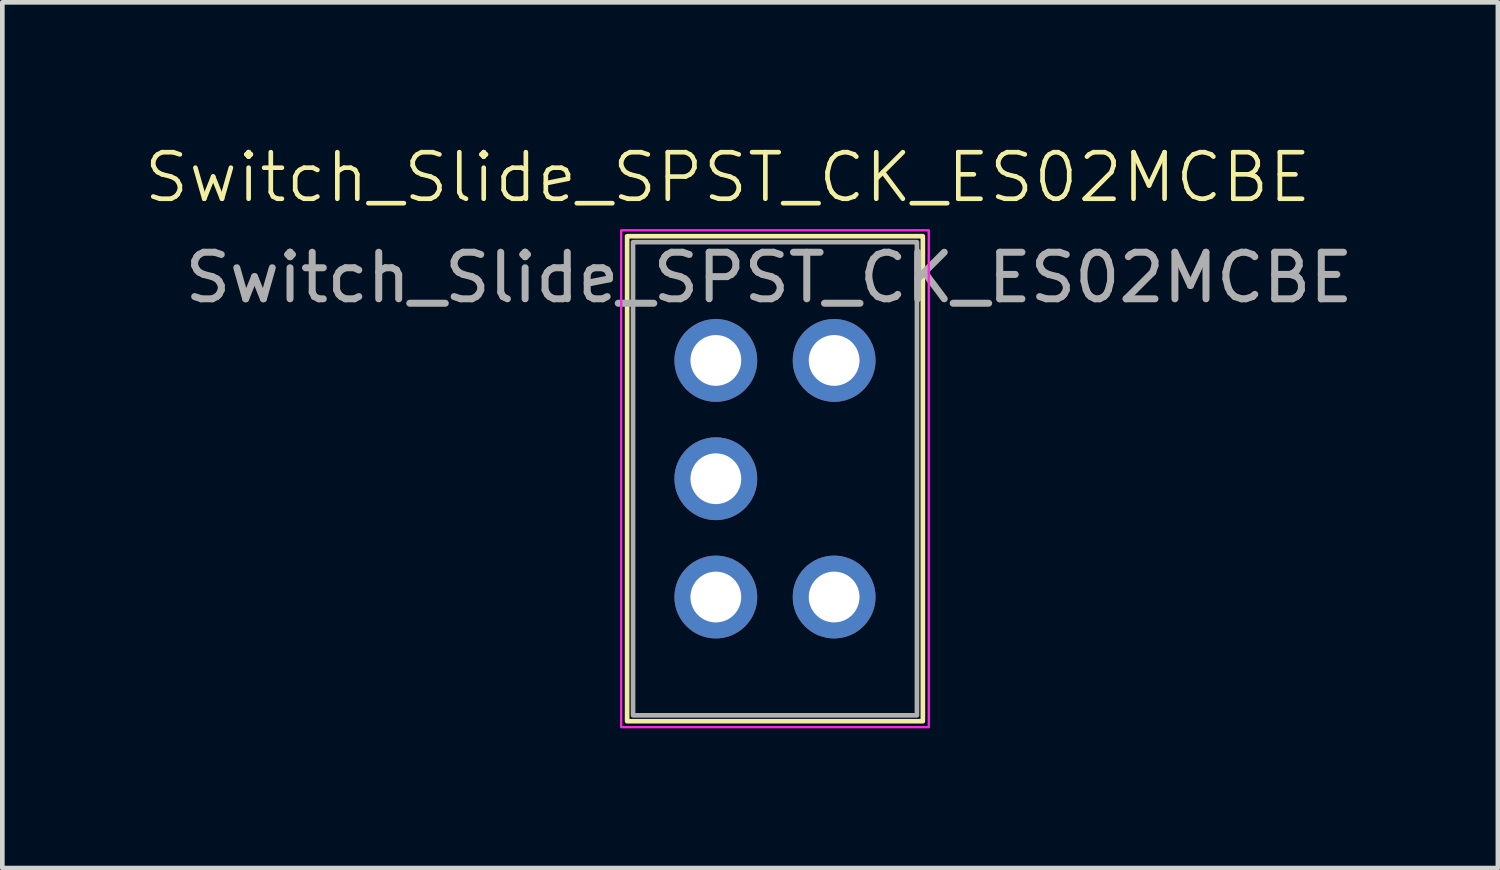
<source format=kicad_pcb>
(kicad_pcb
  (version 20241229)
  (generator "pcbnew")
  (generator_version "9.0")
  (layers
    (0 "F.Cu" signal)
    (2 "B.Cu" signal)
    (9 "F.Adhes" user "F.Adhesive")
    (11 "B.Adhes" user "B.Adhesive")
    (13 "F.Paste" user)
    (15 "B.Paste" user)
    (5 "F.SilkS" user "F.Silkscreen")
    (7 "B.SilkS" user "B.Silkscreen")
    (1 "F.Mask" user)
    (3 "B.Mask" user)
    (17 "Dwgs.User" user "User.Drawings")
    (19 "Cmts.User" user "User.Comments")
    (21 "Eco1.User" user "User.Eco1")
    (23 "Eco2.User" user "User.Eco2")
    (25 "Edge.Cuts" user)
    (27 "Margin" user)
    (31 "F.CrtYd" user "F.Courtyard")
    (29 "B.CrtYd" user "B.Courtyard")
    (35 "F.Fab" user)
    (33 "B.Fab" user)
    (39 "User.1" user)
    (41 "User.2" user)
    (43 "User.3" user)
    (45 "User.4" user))
  (footprint "Switch_Slide_SPST_CK_ES02MCBE"
    (layer "F.Cu")
    (at 12.32 4.689)
    (property "Reference" "Switch_Slide_SPST_CK_ES02MCBE" (at 0.254 -3.929 0) (unlocked yes) (layer "F.SilkS") (effects (font (size 1 1) (thickness 0.1))))
    (attr through_hole)
    (fp_rect (start -1.905 -2.667) (end 4.445 7.747) (stroke (width 0.1) (type default)) (fill no) (layer "F.SilkS"))
    (fp_rect (start -2.032 -2.794) (end 4.572 7.874) (stroke (width 0.05) (type default)) (fill no) (layer "F.CrtYd"))
    (fp_rect (start -1.778 -2.54) (end 4.318 7.62) (stroke (width 0.1) (type default)) (fill no) (layer "F.Fab"))
    (fp_text user "${REFERENCE}" (at 1.143 -1.778 0) (unlocked yes) (layer "F.Fab") (effects (font (size 1 1) (thickness 0.15))))
    (pad "1" thru_hole circle (at 0 0) (size 1.778 1.778) (drill 1.09) (layers "*.Cu" "*.Mask"))
    (pad "2" thru_hole circle (at 0 2.54) (size 1.778 1.778) (drill 1.09) (layers "*.Cu" "*.Mask"))
    (pad "3" thru_hole circle (at 0 5.08) (size 1.778 1.778) (drill 1.09) (layers "*.Cu" "*.Mask"))
    (pad "4" thru_hole circle (at 2.54 0) (size 1.778 1.778) (drill 1.09) (layers "*.Cu" "*.Mask"))
    (pad "6" thru_hole circle (at 2.54 5.08) (size 1.778 1.778) (drill 1.09) (layers "*.Cu" "*.Mask")))
  (gr_rect
    (start -3 -3)
    (end 29.112 15.588)
    (stroke (width 0.1) (type default))
    (fill no)
    (layer "Edge.Cuts")))
</source>
